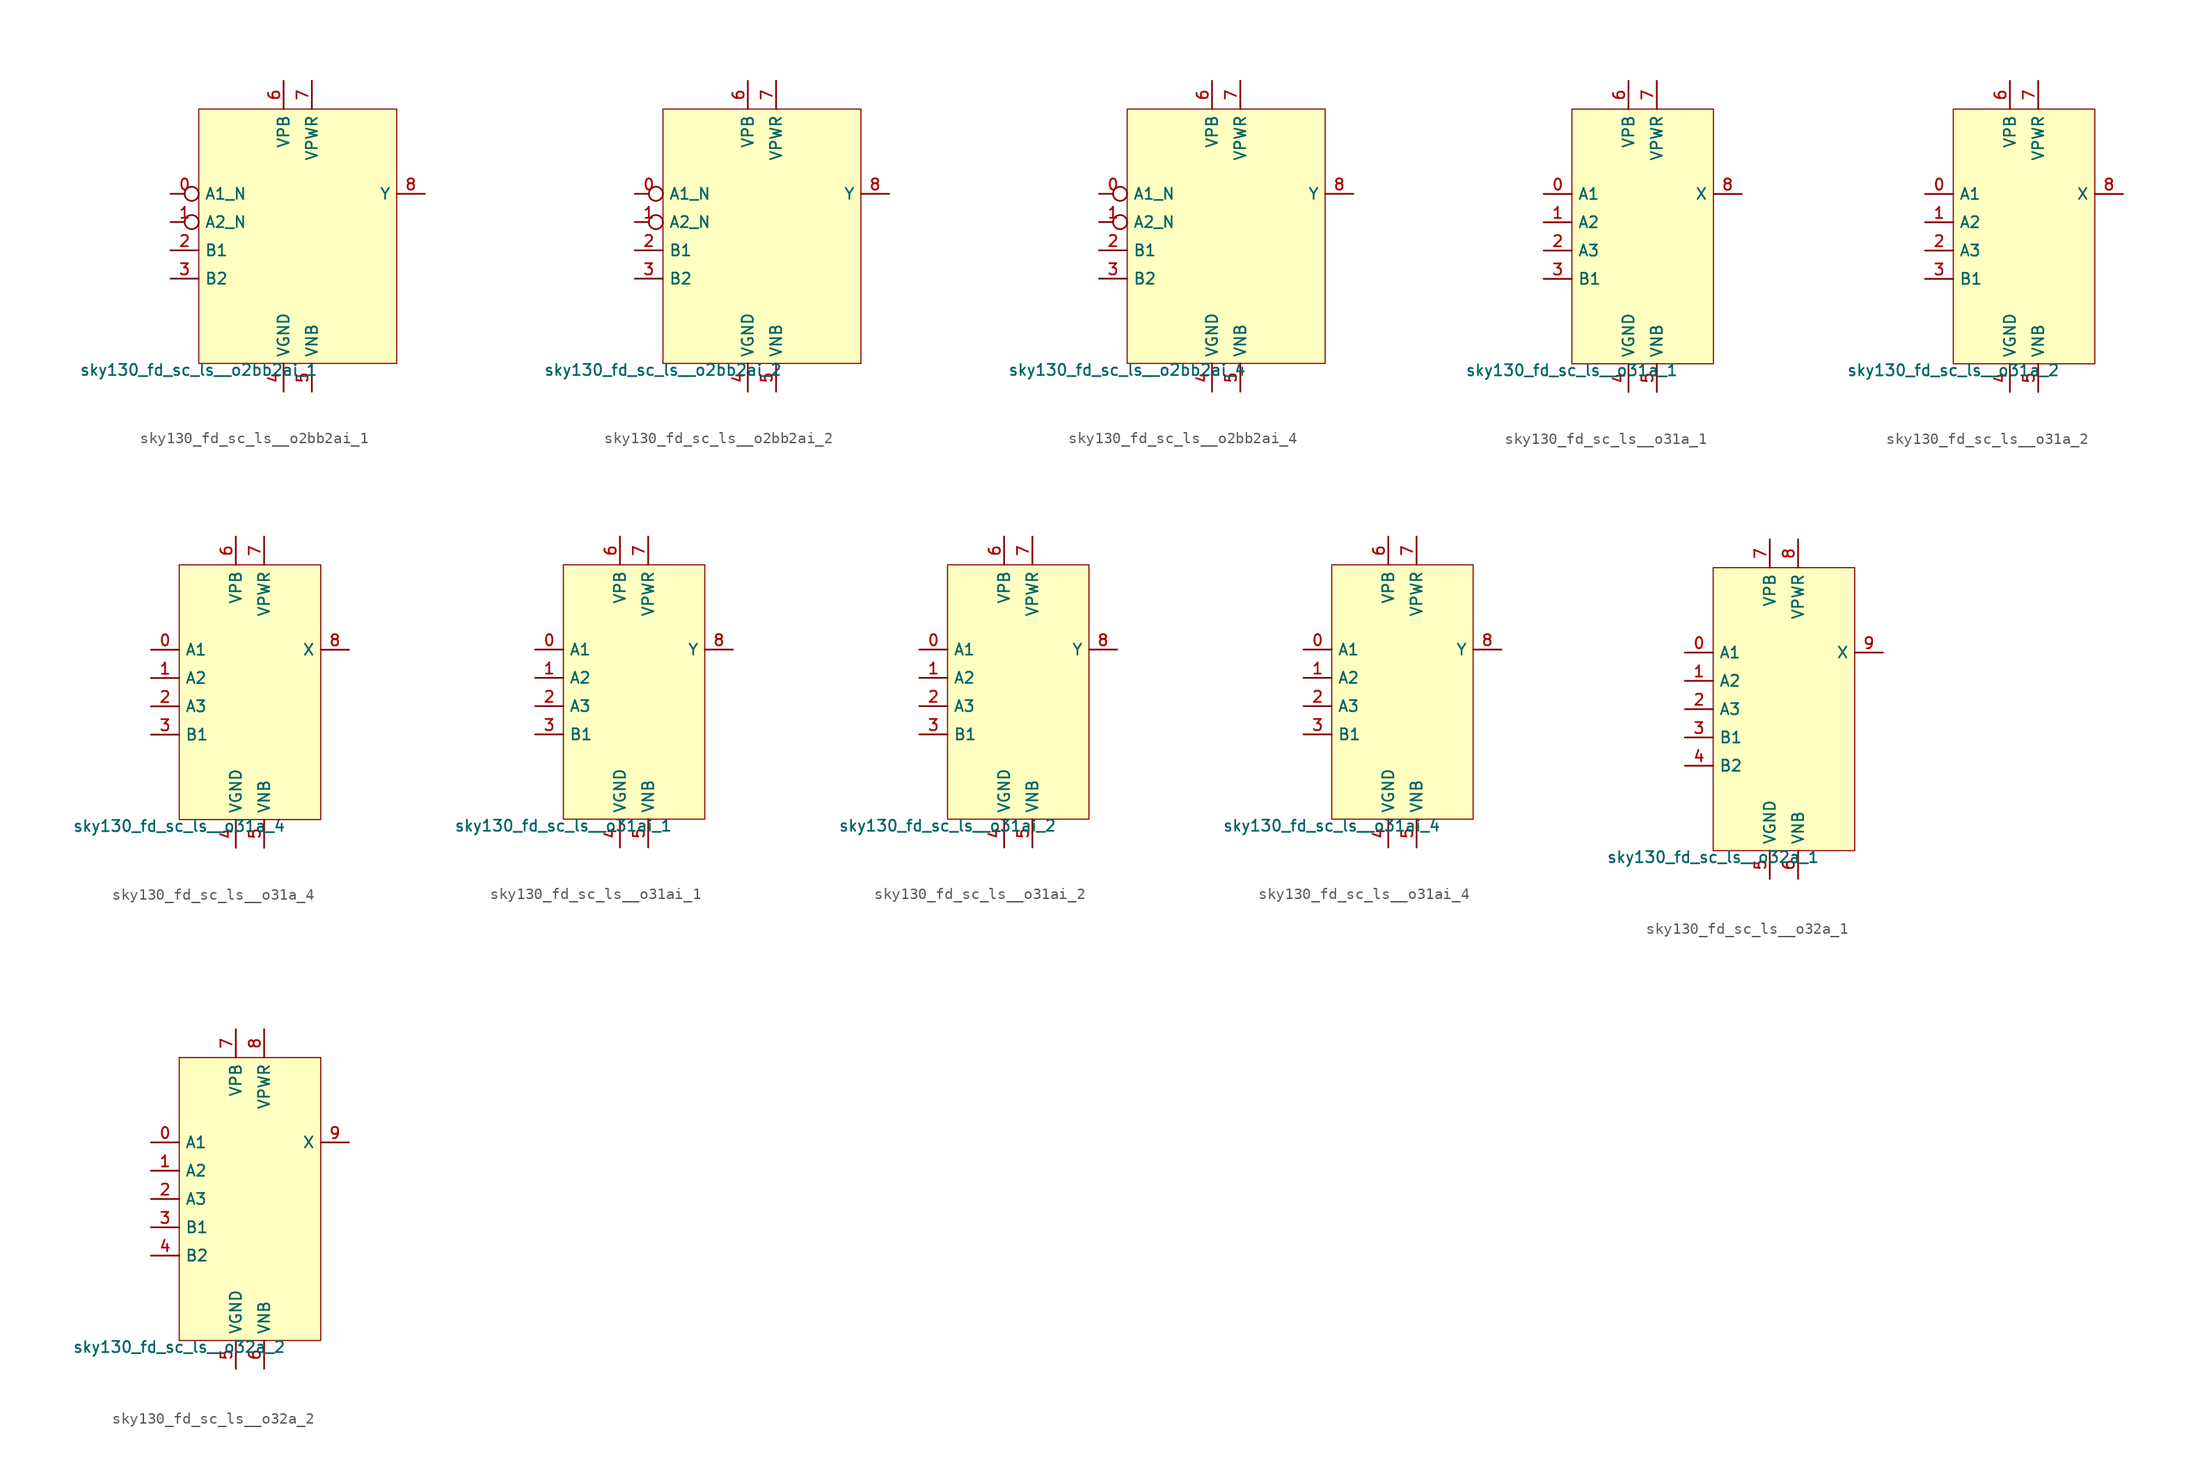
<source format=kicad_sym>
(kicad_symbol_lib
  (version 20211014)
  (generator lef2kicad_sym)
  (symbol "sky130_fd_sc_ls__o2bb2ai_1"
    (property "Reference" "X"
      (at 0 0 0)
      (effects (font (size 1 1)) hide))
    (property "Value" "sky130_fd_sc_ls__o2bb2ai_1"
      (at -8.89 -11.43 0)
      (effects (font (size 1 1)) (justify top)))
    (rectangle
      (start -8.89 -11.43)
      (end 8.89 11.43)
      (stroke (width 0.1) (type solid) (color 0 0 0 0))
      (fill (type background)))
    (pin input inverted
      (at -11.43 3.81 0)
      (length 2.54)
      (name "A1_N" (effects (font (size 1 1)) hide))
      (number "0" (effects (font (size 1 1)) hide)))
    (pin input inverted
      (at -11.43 1.27 0)
      (length 2.54)
      (name "A2_N" (effects (font (size 1 1)) hide))
      (number "1" (effects (font (size 1 1)) hide)))
    (pin input line
      (at -11.43 -1.27 0)
      (length 2.54)
      (name "B1" (effects (font (size 1 1)) hide))
      (number "2" (effects (font (size 1 1)) hide)))
    (pin input line
      (at -11.43 -3.81 0)
      (length 2.54)
      (name "B2" (effects (font (size 1 1)) hide))
      (number "3" (effects (font (size 1 1)) hide)))
    (pin power_in line
      (at -1.27 -13.97 90)
      (length 2.54)
      (name "VGND" (effects (font (size 1 1)) hide))
      (number "4" (effects (font (size 1 1)) hide)))
    (pin power_in line
      (at 1.27 -13.97 90)
      (length 2.54)
      (name "VNB" (effects (font (size 1 1)) hide))
      (number "5" (effects (font (size 1 1)) hide)))
    (pin power_in line
      (at -1.27 13.97 270)
      (length 2.54)
      (name "VPB" (effects (font (size 1 1)) hide))
      (number "6" (effects (font (size 1 1)) hide)))
    (pin power_in line
      (at 1.27 13.97 270)
      (length 2.54)
      (name "VPWR" (effects (font (size 1 1)) hide))
      (number "7" (effects (font (size 1 1)) hide)))
    (pin output line
      (at 11.43 3.81 180)
      (length 2.54)
      (name "Y" (effects (font (size 1 1)) hide))
      (number "8" (effects (font (size 1 1)) hide))))
  (symbol "sky130_fd_sc_ls__o2bb2ai_2"
    (property "Reference" "X"
      (at 0 0 0)
      (effects (font (size 1 1)) hide))
    (property "Value" "sky130_fd_sc_ls__o2bb2ai_2"
      (at -8.89 -11.43 0)
      (effects (font (size 1 1)) (justify top)))
    (rectangle
      (start -8.89 -11.43)
      (end 8.89 11.43)
      (stroke (width 0.1) (type solid) (color 0 0 0 0))
      (fill (type background)))
    (pin input inverted
      (at -11.43 3.81 0)
      (length 2.54)
      (name "A1_N" (effects (font (size 1 1)) hide))
      (number "0" (effects (font (size 1 1)) hide)))
    (pin input inverted
      (at -11.43 1.27 0)
      (length 2.54)
      (name "A2_N" (effects (font (size 1 1)) hide))
      (number "1" (effects (font (size 1 1)) hide)))
    (pin input line
      (at -11.43 -1.27 0)
      (length 2.54)
      (name "B1" (effects (font (size 1 1)) hide))
      (number "2" (effects (font (size 1 1)) hide)))
    (pin input line
      (at -11.43 -3.81 0)
      (length 2.54)
      (name "B2" (effects (font (size 1 1)) hide))
      (number "3" (effects (font (size 1 1)) hide)))
    (pin power_in line
      (at -1.27 -13.97 90)
      (length 2.54)
      (name "VGND" (effects (font (size 1 1)) hide))
      (number "4" (effects (font (size 1 1)) hide)))
    (pin power_in line
      (at 1.27 -13.97 90)
      (length 2.54)
      (name "VNB" (effects (font (size 1 1)) hide))
      (number "5" (effects (font (size 1 1)) hide)))
    (pin power_in line
      (at -1.27 13.97 270)
      (length 2.54)
      (name "VPB" (effects (font (size 1 1)) hide))
      (number "6" (effects (font (size 1 1)) hide)))
    (pin power_in line
      (at 1.27 13.97 270)
      (length 2.54)
      (name "VPWR" (effects (font (size 1 1)) hide))
      (number "7" (effects (font (size 1 1)) hide)))
    (pin output line
      (at 11.43 3.81 180)
      (length 2.54)
      (name "Y" (effects (font (size 1 1)) hide))
      (number "8" (effects (font (size 1 1)) hide))))
  (symbol "sky130_fd_sc_ls__o2bb2ai_4"
    (property "Reference" "X"
      (at 0 0 0)
      (effects (font (size 1 1)) hide))
    (property "Value" "sky130_fd_sc_ls__o2bb2ai_4"
      (at -8.89 -11.43 0)
      (effects (font (size 1 1)) (justify top)))
    (rectangle
      (start -8.89 -11.43)
      (end 8.89 11.43)
      (stroke (width 0.1) (type solid) (color 0 0 0 0))
      (fill (type background)))
    (pin input inverted
      (at -11.43 3.81 0)
      (length 2.54)
      (name "A1_N" (effects (font (size 1 1)) hide))
      (number "0" (effects (font (size 1 1)) hide)))
    (pin input inverted
      (at -11.43 1.27 0)
      (length 2.54)
      (name "A2_N" (effects (font (size 1 1)) hide))
      (number "1" (effects (font (size 1 1)) hide)))
    (pin input line
      (at -11.43 -1.27 0)
      (length 2.54)
      (name "B1" (effects (font (size 1 1)) hide))
      (number "2" (effects (font (size 1 1)) hide)))
    (pin input line
      (at -11.43 -3.81 0)
      (length 2.54)
      (name "B2" (effects (font (size 1 1)) hide))
      (number "3" (effects (font (size 1 1)) hide)))
    (pin power_in line
      (at -1.27 -13.97 90)
      (length 2.54)
      (name "VGND" (effects (font (size 1 1)) hide))
      (number "4" (effects (font (size 1 1)) hide)))
    (pin power_in line
      (at 1.27 -13.97 90)
      (length 2.54)
      (name "VNB" (effects (font (size 1 1)) hide))
      (number "5" (effects (font (size 1 1)) hide)))
    (pin power_in line
      (at -1.27 13.97 270)
      (length 2.54)
      (name "VPB" (effects (font (size 1 1)) hide))
      (number "6" (effects (font (size 1 1)) hide)))
    (pin power_in line
      (at 1.27 13.97 270)
      (length 2.54)
      (name "VPWR" (effects (font (size 1 1)) hide))
      (number "7" (effects (font (size 1 1)) hide)))
    (pin output line
      (at 11.43 3.81 180)
      (length 2.54)
      (name "Y" (effects (font (size 1 1)) hide))
      (number "8" (effects (font (size 1 1)) hide))))
  (symbol "sky130_fd_sc_ls__o31a_1"
    (property "Reference" "X"
      (at 0 0 0)
      (effects (font (size 1 1)) hide))
    (property "Value" "sky130_fd_sc_ls__o31a_1"
      (at -6.35 -11.43 0)
      (effects (font (size 1 1)) (justify top)))
    (rectangle
      (start -6.35 -11.43)
      (end 6.35 11.43)
      (stroke (width 0.1) (type solid) (color 0 0 0 0))
      (fill (type background)))
    (pin input line
      (at -8.89 3.81 0)
      (length 2.54)
      (name "A1" (effects (font (size 1 1)) hide))
      (number "0" (effects (font (size 1 1)) hide)))
    (pin input line
      (at -8.89 1.27 0)
      (length 2.54)
      (name "A2" (effects (font (size 1 1)) hide))
      (number "1" (effects (font (size 1 1)) hide)))
    (pin input line
      (at -8.89 -1.27 0)
      (length 2.54)
      (name "A3" (effects (font (size 1 1)) hide))
      (number "2" (effects (font (size 1 1)) hide)))
    (pin input line
      (at -8.89 -3.81 0)
      (length 2.54)
      (name "B1" (effects (font (size 1 1)) hide))
      (number "3" (effects (font (size 1 1)) hide)))
    (pin power_in line
      (at -1.27 -13.97 90)
      (length 2.54)
      (name "VGND" (effects (font (size 1 1)) hide))
      (number "4" (effects (font (size 1 1)) hide)))
    (pin power_in line
      (at 1.27 -13.97 90)
      (length 2.54)
      (name "VNB" (effects (font (size 1 1)) hide))
      (number "5" (effects (font (size 1 1)) hide)))
    (pin power_in line
      (at -1.27 13.97 270)
      (length 2.54)
      (name "VPB" (effects (font (size 1 1)) hide))
      (number "6" (effects (font (size 1 1)) hide)))
    (pin power_in line
      (at 1.27 13.97 270)
      (length 2.54)
      (name "VPWR" (effects (font (size 1 1)) hide))
      (number "7" (effects (font (size 1 1)) hide)))
    (pin output line
      (at 8.89 3.81 180)
      (length 2.54)
      (name "X" (effects (font (size 1 1)) hide))
      (number "8" (effects (font (size 1 1)) hide))))
  (symbol "sky130_fd_sc_ls__o31a_2"
    (property "Reference" "X"
      (at 0 0 0)
      (effects (font (size 1 1)) hide))
    (property "Value" "sky130_fd_sc_ls__o31a_2"
      (at -6.35 -11.43 0)
      (effects (font (size 1 1)) (justify top)))
    (rectangle
      (start -6.35 -11.43)
      (end 6.35 11.43)
      (stroke (width 0.1) (type solid) (color 0 0 0 0))
      (fill (type background)))
    (pin input line
      (at -8.89 3.81 0)
      (length 2.54)
      (name "A1" (effects (font (size 1 1)) hide))
      (number "0" (effects (font (size 1 1)) hide)))
    (pin input line
      (at -8.89 1.27 0)
      (length 2.54)
      (name "A2" (effects (font (size 1 1)) hide))
      (number "1" (effects (font (size 1 1)) hide)))
    (pin input line
      (at -8.89 -1.27 0)
      (length 2.54)
      (name "A3" (effects (font (size 1 1)) hide))
      (number "2" (effects (font (size 1 1)) hide)))
    (pin input line
      (at -8.89 -3.81 0)
      (length 2.54)
      (name "B1" (effects (font (size 1 1)) hide))
      (number "3" (effects (font (size 1 1)) hide)))
    (pin power_in line
      (at -1.27 -13.97 90)
      (length 2.54)
      (name "VGND" (effects (font (size 1 1)) hide))
      (number "4" (effects (font (size 1 1)) hide)))
    (pin power_in line
      (at 1.27 -13.97 90)
      (length 2.54)
      (name "VNB" (effects (font (size 1 1)) hide))
      (number "5" (effects (font (size 1 1)) hide)))
    (pin power_in line
      (at -1.27 13.97 270)
      (length 2.54)
      (name "VPB" (effects (font (size 1 1)) hide))
      (number "6" (effects (font (size 1 1)) hide)))
    (pin power_in line
      (at 1.27 13.97 270)
      (length 2.54)
      (name "VPWR" (effects (font (size 1 1)) hide))
      (number "7" (effects (font (size 1 1)) hide)))
    (pin output line
      (at 8.89 3.81 180)
      (length 2.54)
      (name "X" (effects (font (size 1 1)) hide))
      (number "8" (effects (font (size 1 1)) hide))))
  (symbol "sky130_fd_sc_ls__o31a_4"
    (property "Reference" "X"
      (at 0 0 0)
      (effects (font (size 1 1)) hide))
    (property "Value" "sky130_fd_sc_ls__o31a_4"
      (at -6.35 -11.43 0)
      (effects (font (size 1 1)) (justify top)))
    (rectangle
      (start -6.35 -11.43)
      (end 6.35 11.43)
      (stroke (width 0.1) (type solid) (color 0 0 0 0))
      (fill (type background)))
    (pin input line
      (at -8.89 3.81 0)
      (length 2.54)
      (name "A1" (effects (font (size 1 1)) hide))
      (number "0" (effects (font (size 1 1)) hide)))
    (pin input line
      (at -8.89 1.27 0)
      (length 2.54)
      (name "A2" (effects (font (size 1 1)) hide))
      (number "1" (effects (font (size 1 1)) hide)))
    (pin input line
      (at -8.89 -1.27 0)
      (length 2.54)
      (name "A3" (effects (font (size 1 1)) hide))
      (number "2" (effects (font (size 1 1)) hide)))
    (pin input line
      (at -8.89 -3.81 0)
      (length 2.54)
      (name "B1" (effects (font (size 1 1)) hide))
      (number "3" (effects (font (size 1 1)) hide)))
    (pin power_in line
      (at -1.27 -13.97 90)
      (length 2.54)
      (name "VGND" (effects (font (size 1 1)) hide))
      (number "4" (effects (font (size 1 1)) hide)))
    (pin power_in line
      (at 1.27 -13.97 90)
      (length 2.54)
      (name "VNB" (effects (font (size 1 1)) hide))
      (number "5" (effects (font (size 1 1)) hide)))
    (pin power_in line
      (at -1.27 13.97 270)
      (length 2.54)
      (name "VPB" (effects (font (size 1 1)) hide))
      (number "6" (effects (font (size 1 1)) hide)))
    (pin power_in line
      (at 1.27 13.97 270)
      (length 2.54)
      (name "VPWR" (effects (font (size 1 1)) hide))
      (number "7" (effects (font (size 1 1)) hide)))
    (pin output line
      (at 8.89 3.81 180)
      (length 2.54)
      (name "X" (effects (font (size 1 1)) hide))
      (number "8" (effects (font (size 1 1)) hide))))
  (symbol "sky130_fd_sc_ls__o31ai_1"
    (property "Reference" "X"
      (at 0 0 0)
      (effects (font (size 1 1)) hide))
    (property "Value" "sky130_fd_sc_ls__o31ai_1"
      (at -6.35 -11.43 0)
      (effects (font (size 1 1)) (justify top)))
    (rectangle
      (start -6.35 -11.43)
      (end 6.35 11.43)
      (stroke (width 0.1) (type solid) (color 0 0 0 0))
      (fill (type background)))
    (pin input line
      (at -8.89 3.81 0)
      (length 2.54)
      (name "A1" (effects (font (size 1 1)) hide))
      (number "0" (effects (font (size 1 1)) hide)))
    (pin input line
      (at -8.89 1.27 0)
      (length 2.54)
      (name "A2" (effects (font (size 1 1)) hide))
      (number "1" (effects (font (size 1 1)) hide)))
    (pin input line
      (at -8.89 -1.27 0)
      (length 2.54)
      (name "A3" (effects (font (size 1 1)) hide))
      (number "2" (effects (font (size 1 1)) hide)))
    (pin input line
      (at -8.89 -3.81 0)
      (length 2.54)
      (name "B1" (effects (font (size 1 1)) hide))
      (number "3" (effects (font (size 1 1)) hide)))
    (pin power_in line
      (at -1.27 -13.97 90)
      (length 2.54)
      (name "VGND" (effects (font (size 1 1)) hide))
      (number "4" (effects (font (size 1 1)) hide)))
    (pin power_in line
      (at 1.27 -13.97 90)
      (length 2.54)
      (name "VNB" (effects (font (size 1 1)) hide))
      (number "5" (effects (font (size 1 1)) hide)))
    (pin power_in line
      (at -1.27 13.97 270)
      (length 2.54)
      (name "VPB" (effects (font (size 1 1)) hide))
      (number "6" (effects (font (size 1 1)) hide)))
    (pin power_in line
      (at 1.27 13.97 270)
      (length 2.54)
      (name "VPWR" (effects (font (size 1 1)) hide))
      (number "7" (effects (font (size 1 1)) hide)))
    (pin output line
      (at 8.89 3.81 180)
      (length 2.54)
      (name "Y" (effects (font (size 1 1)) hide))
      (number "8" (effects (font (size 1 1)) hide))))
  (symbol "sky130_fd_sc_ls__o31ai_2"
    (property "Reference" "X"
      (at 0 0 0)
      (effects (font (size 1 1)) hide))
    (property "Value" "sky130_fd_sc_ls__o31ai_2"
      (at -6.35 -11.43 0)
      (effects (font (size 1 1)) (justify top)))
    (rectangle
      (start -6.35 -11.43)
      (end 6.35 11.43)
      (stroke (width 0.1) (type solid) (color 0 0 0 0))
      (fill (type background)))
    (pin input line
      (at -8.89 3.81 0)
      (length 2.54)
      (name "A1" (effects (font (size 1 1)) hide))
      (number "0" (effects (font (size 1 1)) hide)))
    (pin input line
      (at -8.89 1.27 0)
      (length 2.54)
      (name "A2" (effects (font (size 1 1)) hide))
      (number "1" (effects (font (size 1 1)) hide)))
    (pin input line
      (at -8.89 -1.27 0)
      (length 2.54)
      (name "A3" (effects (font (size 1 1)) hide))
      (number "2" (effects (font (size 1 1)) hide)))
    (pin input line
      (at -8.89 -3.81 0)
      (length 2.54)
      (name "B1" (effects (font (size 1 1)) hide))
      (number "3" (effects (font (size 1 1)) hide)))
    (pin power_in line
      (at -1.27 -13.97 90)
      (length 2.54)
      (name "VGND" (effects (font (size 1 1)) hide))
      (number "4" (effects (font (size 1 1)) hide)))
    (pin power_in line
      (at 1.27 -13.97 90)
      (length 2.54)
      (name "VNB" (effects (font (size 1 1)) hide))
      (number "5" (effects (font (size 1 1)) hide)))
    (pin power_in line
      (at -1.27 13.97 270)
      (length 2.54)
      (name "VPB" (effects (font (size 1 1)) hide))
      (number "6" (effects (font (size 1 1)) hide)))
    (pin power_in line
      (at 1.27 13.97 270)
      (length 2.54)
      (name "VPWR" (effects (font (size 1 1)) hide))
      (number "7" (effects (font (size 1 1)) hide)))
    (pin output line
      (at 8.89 3.81 180)
      (length 2.54)
      (name "Y" (effects (font (size 1 1)) hide))
      (number "8" (effects (font (size 1 1)) hide))))
  (symbol "sky130_fd_sc_ls__o31ai_4"
    (property "Reference" "X"
      (at 0 0 0)
      (effects (font (size 1 1)) hide))
    (property "Value" "sky130_fd_sc_ls__o31ai_4"
      (at -6.35 -11.43 0)
      (effects (font (size 1 1)) (justify top)))
    (rectangle
      (start -6.35 -11.43)
      (end 6.35 11.43)
      (stroke (width 0.1) (type solid) (color 0 0 0 0))
      (fill (type background)))
    (pin input line
      (at -8.89 3.81 0)
      (length 2.54)
      (name "A1" (effects (font (size 1 1)) hide))
      (number "0" (effects (font (size 1 1)) hide)))
    (pin input line
      (at -8.89 1.27 0)
      (length 2.54)
      (name "A2" (effects (font (size 1 1)) hide))
      (number "1" (effects (font (size 1 1)) hide)))
    (pin input line
      (at -8.89 -1.27 0)
      (length 2.54)
      (name "A3" (effects (font (size 1 1)) hide))
      (number "2" (effects (font (size 1 1)) hide)))
    (pin input line
      (at -8.89 -3.81 0)
      (length 2.54)
      (name "B1" (effects (font (size 1 1)) hide))
      (number "3" (effects (font (size 1 1)) hide)))
    (pin power_in line
      (at -1.27 -13.97 90)
      (length 2.54)
      (name "VGND" (effects (font (size 1 1)) hide))
      (number "4" (effects (font (size 1 1)) hide)))
    (pin power_in line
      (at 1.27 -13.97 90)
      (length 2.54)
      (name "VNB" (effects (font (size 1 1)) hide))
      (number "5" (effects (font (size 1 1)) hide)))
    (pin power_in line
      (at -1.27 13.97 270)
      (length 2.54)
      (name "VPB" (effects (font (size 1 1)) hide))
      (number "6" (effects (font (size 1 1)) hide)))
    (pin power_in line
      (at 1.27 13.97 270)
      (length 2.54)
      (name "VPWR" (effects (font (size 1 1)) hide))
      (number "7" (effects (font (size 1 1)) hide)))
    (pin output line
      (at 8.89 3.81 180)
      (length 2.54)
      (name "Y" (effects (font (size 1 1)) hide))
      (number "8" (effects (font (size 1 1)) hide))))
  (symbol "sky130_fd_sc_ls__o32a_1"
    (property "Reference" "X"
      (at 0 0 0)
      (effects (font (size 1 1)) hide))
    (property "Value" "sky130_fd_sc_ls__o32a_1"
      (at -6.35 -12.7 0)
      (effects (font (size 1 1)) (justify top)))
    (rectangle
      (start -6.35 -12.7)
      (end 6.35 12.7)
      (stroke (width 0.1) (type solid) (color 0 0 0 0))
      (fill (type background)))
    (pin input line
      (at -8.89 5.08 0)
      (length 2.54)
      (name "A1" (effects (font (size 1 1)) hide))
      (number "0" (effects (font (size 1 1)) hide)))
    (pin input line
      (at -8.89 2.54 0)
      (length 2.54)
      (name "A2" (effects (font (size 1 1)) hide))
      (number "1" (effects (font (size 1 1)) hide)))
    (pin input line
      (at -8.89 -8.881784197001252e-16 0)
      (length 2.54)
      (name "A3" (effects (font (size 1 1)) hide))
      (number "2" (effects (font (size 1 1)) hide)))
    (pin input line
      (at -8.89 -2.54 0)
      (length 2.54)
      (name "B1" (effects (font (size 1 1)) hide))
      (number "3" (effects (font (size 1 1)) hide)))
    (pin input line
      (at -8.89 -5.08 0)
      (length 2.54)
      (name "B2" (effects (font (size 1 1)) hide))
      (number "4" (effects (font (size 1 1)) hide)))
    (pin power_in line
      (at -1.27 -15.24 90)
      (length 2.54)
      (name "VGND" (effects (font (size 1 1)) hide))
      (number "5" (effects (font (size 1 1)) hide)))
    (pin power_in line
      (at 1.27 -15.24 90)
      (length 2.54)
      (name "VNB" (effects (font (size 1 1)) hide))
      (number "6" (effects (font (size 1 1)) hide)))
    (pin power_in line
      (at -1.27 15.24 270)
      (length 2.54)
      (name "VPB" (effects (font (size 1 1)) hide))
      (number "7" (effects (font (size 1 1)) hide)))
    (pin power_in line
      (at 1.27 15.24 270)
      (length 2.54)
      (name "VPWR" (effects (font (size 1 1)) hide))
      (number "8" (effects (font (size 1 1)) hide)))
    (pin output line
      (at 8.89 5.08 180)
      (length 2.54)
      (name "X" (effects (font (size 1 1)) hide))
      (number "9" (effects (font (size 1 1)) hide))))
  (symbol "sky130_fd_sc_ls__o32a_2"
    (property "Reference" "X"
      (at 0 0 0)
      (effects (font (size 1 1)) hide))
    (property "Value" "sky130_fd_sc_ls__o32a_2"
      (at -6.35 -12.7 0)
      (effects (font (size 1 1)) (justify top)))
    (rectangle
      (start -6.35 -12.7)
      (end 6.35 12.7)
      (stroke (width 0.1) (type solid) (color 0 0 0 0))
      (fill (type background)))
    (pin input line
      (at -8.89 5.08 0)
      (length 2.54)
      (name "A1" (effects (font (size 1 1)) hide))
      (number "0" (effects (font (size 1 1)) hide)))
    (pin input line
      (at -8.89 2.54 0)
      (length 2.54)
      (name "A2" (effects (font (size 1 1)) hide))
      (number "1" (effects (font (size 1 1)) hide)))
    (pin input line
      (at -8.89 -8.881784197001252e-16 0)
      (length 2.54)
      (name "A3" (effects (font (size 1 1)) hide))
      (number "2" (effects (font (size 1 1)) hide)))
    (pin input line
      (at -8.89 -2.54 0)
      (length 2.54)
      (name "B1" (effects (font (size 1 1)) hide))
      (number "3" (effects (font (size 1 1)) hide)))
    (pin input line
      (at -8.89 -5.08 0)
      (length 2.54)
      (name "B2" (effects (font (size 1 1)) hide))
      (number "4" (effects (font (size 1 1)) hide)))
    (pin power_in line
      (at -1.27 -15.24 90)
      (length 2.54)
      (name "VGND" (effects (font (size 1 1)) hide))
      (number "5" (effects (font (size 1 1)) hide)))
    (pin power_in line
      (at 1.27 -15.24 90)
      (length 2.54)
      (name "VNB" (effects (font (size 1 1)) hide))
      (number "6" (effects (font (size 1 1)) hide)))
    (pin power_in line
      (at -1.27 15.24 270)
      (length 2.54)
      (name "VPB" (effects (font (size 1 1)) hide))
      (number "7" (effects (font (size 1 1)) hide)))
    (pin power_in line
      (at 1.27 15.24 270)
      (length 2.54)
      (name "VPWR" (effects (font (size 1 1)) hide))
      (number "8" (effects (font (size 1 1)) hide)))
    (pin output line
      (at 8.89 5.08 180)
      (length 2.54)
      (name "X" (effects (font (size 1 1)) hide))
      (number "9" (effects (font (size 1 1)) hide)))))
</source>
